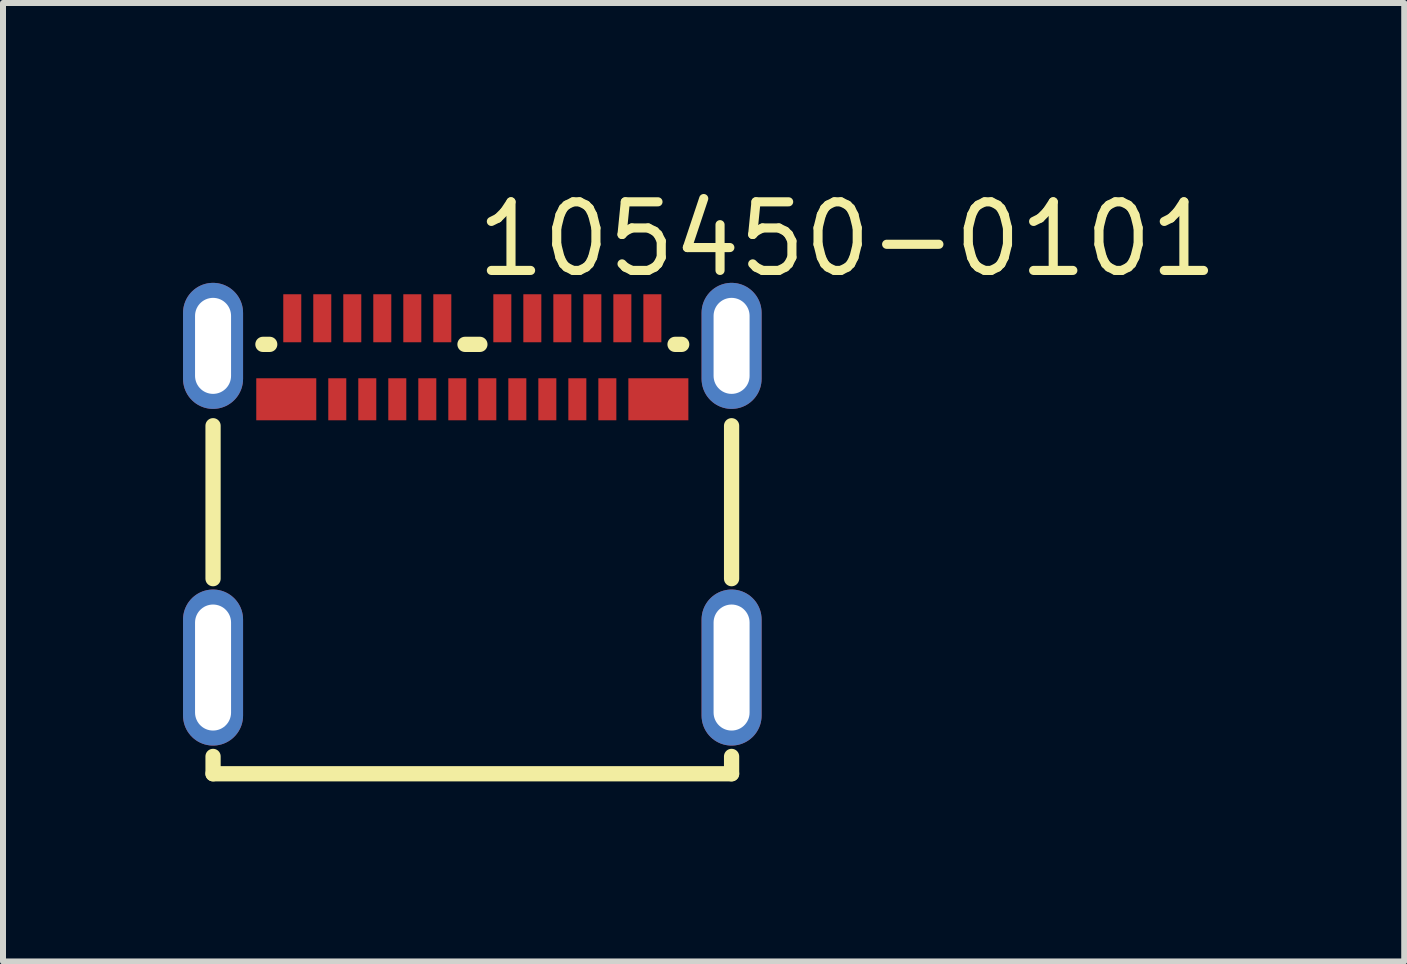
<source format=kicad_pcb>
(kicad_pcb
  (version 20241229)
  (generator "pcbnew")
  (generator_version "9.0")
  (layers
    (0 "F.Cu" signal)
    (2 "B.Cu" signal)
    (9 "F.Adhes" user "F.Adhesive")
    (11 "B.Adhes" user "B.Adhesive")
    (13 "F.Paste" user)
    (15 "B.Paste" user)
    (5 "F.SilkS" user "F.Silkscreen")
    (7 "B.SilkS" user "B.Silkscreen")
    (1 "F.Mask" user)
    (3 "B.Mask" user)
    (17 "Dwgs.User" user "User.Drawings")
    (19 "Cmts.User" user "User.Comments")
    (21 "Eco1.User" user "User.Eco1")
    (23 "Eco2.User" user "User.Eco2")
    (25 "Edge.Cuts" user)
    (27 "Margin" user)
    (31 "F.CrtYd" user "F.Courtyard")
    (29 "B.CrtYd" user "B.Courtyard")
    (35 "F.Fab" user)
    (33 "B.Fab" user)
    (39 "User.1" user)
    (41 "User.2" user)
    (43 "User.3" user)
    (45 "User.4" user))
  (footprint "105450-0101"
    (layer "F.Cu")
    (at 4.82 5.163)
    (property "Reference" "105450-0101" (at 0 -4.228 0) (layer "F.SilkS") (effects (font (size 1.143 1.143) (thickness 0.152)) (justify left)))
    (attr smd)
    (fp_line (start -4.32 1.429) (end -4.32 -1.119) (stroke (width 0.254) (type solid)) (layer "F.SilkS"))
    (fp_line (start -4.32 4.68) (end -4.32 4.391) (stroke (width 0.254) (type solid)) (layer "F.SilkS"))
    (fp_line (start -3.489 -2.475) (end -3.376 -2.475) (stroke (width 0.254) (type solid)) (layer "F.SilkS"))
    (fp_line (start -0.122 -2.475) (end 0.126 -2.475) (stroke (width 0.254) (type solid)) (layer "F.SilkS"))
    (fp_line (start 3.378 -2.475) (end 3.489 -2.475) (stroke (width 0.254) (type solid)) (layer "F.SilkS"))
    (fp_line (start 4.32 -1.119) (end 4.32 1.429) (stroke (width 0.254) (type solid)) (layer "F.SilkS"))
    (fp_line (start 4.32 4.391) (end 4.32 4.68) (stroke (width 0.254) (type solid)) (layer "F.SilkS"))
    (fp_line (start 4.32 4.68) (end -4.32 4.68) (stroke (width 0.254) (type solid)) (layer "F.SilkS"))
    (fp_poly (pts (xy -3.4 -1.91) (xy -2.6 -1.91) (xy -2.6 -1.21) (xy -3.4 -1.21)) (stroke (width 0) (type solid)) (fill yes) (layer "F.Paste"))
    (fp_poly (pts (xy -3.148 -3.21) (xy -2.848 -3.21) (xy -2.848 -2.51) (xy -3.148 -2.51)) (stroke (width 0) (type solid)) (fill yes) (layer "F.Paste"))
    (fp_poly (pts (xy -2.648 -3.21) (xy -2.348 -3.21) (xy -2.348 -2.51) (xy -2.648 -2.51)) (stroke (width 0) (type solid)) (fill yes) (layer "F.Paste"))
    (fp_poly (pts (xy -2.4 -1.91) (xy -2.1 -1.91) (xy -2.1 -1.21) (xy -2.4 -1.21)) (stroke (width 0) (type solid)) (fill yes) (layer "F.Paste"))
    (fp_poly (pts (xy -2.148 -3.21) (xy -1.848 -3.21) (xy -1.848 -2.51) (xy -2.148 -2.51)) (stroke (width 0) (type solid)) (fill yes) (layer "F.Paste"))
    (fp_poly (pts (xy -1.9 -1.91) (xy -1.6 -1.91) (xy -1.6 -1.21) (xy -1.9 -1.21)) (stroke (width 0) (type solid)) (fill yes) (layer "F.Paste"))
    (fp_poly (pts (xy -1.646 -3.21) (xy -1.346 -3.21) (xy -1.346 -2.51) (xy -1.646 -2.51)) (stroke (width 0) (type solid)) (fill yes) (layer "F.Paste"))
    (fp_poly (pts (xy -1.4 -1.91) (xy -1.1 -1.91) (xy -1.1 -1.21) (xy -1.4 -1.21)) (stroke (width 0) (type solid)) (fill yes) (layer "F.Paste"))
    (fp_poly (pts (xy -1.146 -3.21) (xy -0.846 -3.21) (xy -0.846 -2.51) (xy -1.146 -2.51)) (stroke (width 0) (type solid)) (fill yes) (layer "F.Paste"))
    (fp_poly (pts (xy -0.9 -1.91) (xy -0.6 -1.91) (xy -0.6 -1.21) (xy -0.9 -1.21)) (stroke (width 0) (type solid)) (fill yes) (layer "F.Paste"))
    (fp_poly (pts (xy -0.65 -3.21) (xy -0.35 -3.21) (xy -0.35 -2.51) (xy -0.65 -2.51)) (stroke (width 0) (type solid)) (fill yes) (layer "F.Paste"))
    (fp_poly (pts (xy -0.4 -1.91) (xy -0.1 -1.91) (xy -0.1 -1.21) (xy -0.4 -1.21)) (stroke (width 0) (type solid)) (fill yes) (layer "F.Paste"))
    (fp_poly (pts (xy 0.1 -1.91) (xy 0.4 -1.91) (xy 0.4 -1.21) (xy 0.1 -1.21)) (stroke (width 0) (type solid)) (fill yes) (layer "F.Paste"))
    (fp_poly (pts (xy 0.354 -3.21) (xy 0.654 -3.21) (xy 0.654 -2.51) (xy 0.354 -2.51)) (stroke (width 0) (type solid)) (fill yes) (layer "F.Paste"))
    (fp_poly (pts (xy 0.6 -1.91) (xy 0.9 -1.91) (xy 0.9 -1.21) (xy 0.6 -1.21)) (stroke (width 0) (type solid)) (fill yes) (layer "F.Paste"))
    (fp_poly (pts (xy 0.85 -3.21) (xy 1.15 -3.21) (xy 1.15 -2.51) (xy 0.85 -2.51)) (stroke (width 0) (type solid)) (fill yes) (layer "F.Paste"))
    (fp_poly (pts (xy 1.1 -1.91) (xy 1.4 -1.91) (xy 1.4 -1.21) (xy 1.1 -1.21)) (stroke (width 0) (type solid)) (fill yes) (layer "F.Paste"))
    (fp_poly (pts (xy 1.35 -3.21) (xy 1.65 -3.21) (xy 1.65 -2.51) (xy 1.35 -2.51)) (stroke (width 0) (type solid)) (fill yes) (layer "F.Paste"))
    (fp_poly (pts (xy 1.6 -1.91) (xy 1.9 -1.91) (xy 1.9 -1.21) (xy 1.6 -1.21)) (stroke (width 0) (type solid)) (fill yes) (layer "F.Paste"))
    (fp_poly (pts (xy 1.85 -3.21) (xy 2.15 -3.21) (xy 2.15 -2.51) (xy 1.85 -2.51)) (stroke (width 0) (type solid)) (fill yes) (layer "F.Paste"))
    (fp_poly (pts (xy 2.1 -1.91) (xy 2.4 -1.91) (xy 2.4 -1.21) (xy 2.1 -1.21)) (stroke (width 0) (type solid)) (fill yes) (layer "F.Paste"))
    (fp_poly (pts (xy 2.35 -3.21) (xy 2.65 -3.21) (xy 2.65 -2.51) (xy 2.35 -2.51)) (stroke (width 0) (type solid)) (fill yes) (layer "F.Paste"))
    (fp_poly (pts (xy 2.6 -1.91) (xy 3.4 -1.91) (xy 3.4 -1.21) (xy 2.6 -1.21)) (stroke (width 0) (type solid)) (fill yes) (layer "F.Paste"))
    (fp_poly (pts (xy 2.85 -3.21) (xy 3.15 -3.21) (xy 3.15 -2.51) (xy 2.85 -2.51)) (stroke (width 0) (type solid)) (fill yes) (layer "F.Paste"))
    (fp_poly (pts (xy -4.333 -1.4) (xy -4.357 -1.401) (xy -4.382 -1.404) (xy -4.407 -1.408) (xy -4.431 -1.413) (xy -4.455 -1.419) (xy -4.479 -1.426) (xy -4.503 -1.435) (xy -4.526 -1.444) (xy -4.548 -1.455) (xy -4.57 -1.467) (xy -4.591 -1.48) (xy -4.612 -1.494) (xy -4.632 -1.509) (xy -4.651 -1.525) (xy -4.669 -1.542) (xy -4.687 -1.56) (xy -4.703 -1.579) (xy -4.719 -1.598) (xy -4.733 -1.618) (xy -4.747 -1.639) (xy -4.759 -1.661) (xy -4.771 -1.683) (xy -4.781 -1.706) (xy -4.79 -1.729) (xy -4.798 -1.753) (xy -4.805 -1.777) (xy -4.81 -1.801) (xy -4.814 -1.825) (xy -4.818 -1.85) (xy -4.819 -1.875) (xy -4.82 -1.9) (xy -4.82 -3) (xy -4.819 -3.025) (xy -4.818 -3.05) (xy -4.814 -3.075) (xy -4.81 -3.099) (xy -4.805 -3.123) (xy -4.798 -3.147) (xy -4.79 -3.171) (xy -4.781 -3.194) (xy -4.771 -3.217) (xy -4.759 -3.239) (xy -4.747 -3.261) (xy -4.733 -3.282) (xy -4.719 -3.302) (xy -4.703 -3.321) (xy -4.687 -3.34) (xy -4.669 -3.358) (xy -4.651 -3.375) (xy -4.632 -3.391) (xy -4.612 -3.406) (xy -4.591 -3.42) (xy -4.57 -3.433) (xy -4.548 -3.445) (xy -4.526 -3.456) (xy -4.503 -3.465) (xy -4.479 -3.474) (xy -4.455 -3.481) (xy -4.431 -3.487) (xy -4.407 -3.492) (xy -4.382 -3.496) (xy -4.357 -3.499) (xy -4.333 -3.5) (xy -4.308 -3.5) (xy -4.283 -3.499) (xy -4.258 -3.496) (xy -4.233 -3.492) (xy -4.209 -3.487) (xy -4.185 -3.481) (xy -4.161 -3.474) (xy -4.137 -3.465) (xy -4.114 -3.456) (xy -4.092 -3.445) (xy -4.07 -3.433) (xy -4.049 -3.42) (xy -4.028 -3.406) (xy -4.008 -3.391) (xy -3.989 -3.375) (xy -3.971 -3.358) (xy -3.954 -3.34) (xy -3.937 -3.321) (xy -3.921 -3.302) (xy -3.907 -3.282) (xy -3.893 -3.261) (xy -3.881 -3.239) (xy -3.87 -3.217) (xy -3.859 -3.194) (xy -3.85 -3.171) (xy -3.842 -3.147) (xy -3.836 -3.123) (xy -3.83 -3.099) (xy -3.826 -3.075) (xy -3.823 -3.05) (xy -3.821 -3.025) (xy -3.82 -3) (xy -3.82 -1.9) (xy -3.821 -1.875) (xy -3.823 -1.85) (xy -3.826 -1.825) (xy -3.83 -1.801) (xy -3.836 -1.777) (xy -3.842 -1.753) (xy -3.85 -1.729) (xy -3.859 -1.706) (xy -3.87 -1.683) (xy -3.881 -1.661) (xy -3.893 -1.639) (xy -3.907 -1.618) (xy -3.921 -1.598) (xy -3.937 -1.579) (xy -3.954 -1.56) (xy -3.971 -1.542) (xy -3.989 -1.525) (xy -4.008 -1.509) (xy -4.028 -1.494) (xy -4.049 -1.48) (xy -4.07 -1.467) (xy -4.092 -1.455) (xy -4.114 -1.444) (xy -4.137 -1.435) (xy -4.161 -1.426) (xy -4.185 -1.419) (xy -4.209 -1.413) (xy -4.233 -1.408) (xy -4.258 -1.404) (xy -4.283 -1.401) (xy -4.308 -1.4)) (stroke (width 0) (type solid)) (fill yes) (layer "F.Paste"))
    (fp_poly (pts (xy -4.333 4.21) (xy -4.357 4.209) (xy -4.382 4.206) (xy -4.407 4.202) (xy -4.431 4.197) (xy -4.455 4.191) (xy -4.479 4.184) (xy -4.503 4.175) (xy -4.526 4.166) (xy -4.548 4.155) (xy -4.57 4.143) (xy -4.591 4.13) (xy -4.612 4.116) (xy -4.632 4.101) (xy -4.651 4.085) (xy -4.669 4.068) (xy -4.687 4.05) (xy -4.703 4.031) (xy -4.719 4.012) (xy -4.733 3.992) (xy -4.747 3.971) (xy -4.759 3.949) (xy -4.771 3.927) (xy -4.781 3.904) (xy -4.79 3.881) (xy -4.798 3.857) (xy -4.805 3.833) (xy -4.81 3.809) (xy -4.814 3.784) (xy -4.818 3.76) (xy -4.819 3.735) (xy -4.82 3.71) (xy -4.82 2.11) (xy -4.819 2.085) (xy -4.818 2.06) (xy -4.814 2.035) (xy -4.81 2.011) (xy -4.805 1.987) (xy -4.798 1.963) (xy -4.79 1.939) (xy -4.781 1.916) (xy -4.771 1.893) (xy -4.759 1.871) (xy -4.747 1.849) (xy -4.733 1.828) (xy -4.719 1.808) (xy -4.703 1.789) (xy -4.687 1.77) (xy -4.669 1.752) (xy -4.651 1.735) (xy -4.632 1.719) (xy -4.612 1.704) (xy -4.591 1.69) (xy -4.57 1.677) (xy -4.548 1.665) (xy -4.526 1.654) (xy -4.503 1.644) (xy -4.479 1.636) (xy -4.455 1.629) (xy -4.431 1.622) (xy -4.407 1.618) (xy -4.382 1.614) (xy -4.357 1.611) (xy -4.333 1.61) (xy -4.308 1.61) (xy -4.283 1.611) (xy -4.258 1.614) (xy -4.233 1.618) (xy -4.209 1.622) (xy -4.185 1.629) (xy -4.161 1.636) (xy -4.137 1.644) (xy -4.114 1.654) (xy -4.092 1.665) (xy -4.07 1.677) (xy -4.049 1.69) (xy -4.028 1.704) (xy -4.008 1.719) (xy -3.989 1.735) (xy -3.971 1.752) (xy -3.954 1.77) (xy -3.937 1.789) (xy -3.921 1.808) (xy -3.907 1.828) (xy -3.893 1.849) (xy -3.881 1.871) (xy -3.87 1.893) (xy -3.859 1.916) (xy -3.85 1.939) (xy -3.842 1.963) (xy -3.836 1.987) (xy -3.83 2.011) (xy -3.826 2.035) (xy -3.823 2.06) (xy -3.821 2.085) (xy -3.82 2.11) (xy -3.82 3.71) (xy -3.821 3.735) (xy -3.823 3.76) (xy -3.826 3.784) (xy -3.83 3.809) (xy -3.836 3.833) (xy -3.842 3.857) (xy -3.85 3.881) (xy -3.859 3.904) (xy -3.87 3.927) (xy -3.881 3.949) (xy -3.893 3.971) (xy -3.907 3.992) (xy -3.921 4.012) (xy -3.937 4.031) (xy -3.954 4.05) (xy -3.971 4.068) (xy -3.989 4.085) (xy -4.008 4.101) (xy -4.028 4.116) (xy -4.049 4.13) (xy -4.07 4.143) (xy -4.092 4.155) (xy -4.114 4.166) (xy -4.137 4.175) (xy -4.161 4.184) (xy -4.185 4.191) (xy -4.209 4.197) (xy -4.233 4.202) (xy -4.258 4.206) (xy -4.283 4.209) (xy -4.308 4.21)) (stroke (width 0) (type solid)) (fill yes) (layer "F.Paste"))
    (fp_poly (pts (xy 4.308 -1.4) (xy 4.283 -1.401) (xy 4.258 -1.404) (xy 4.233 -1.408) (xy 4.209 -1.413) (xy 4.185 -1.419) (xy 4.161 -1.426) (xy 4.137 -1.435) (xy 4.114 -1.444) (xy 4.092 -1.455) (xy 4.07 -1.467) (xy 4.049 -1.48) (xy 4.028 -1.494) (xy 4.008 -1.509) (xy 3.989 -1.525) (xy 3.971 -1.542) (xy 3.954 -1.56) (xy 3.937 -1.579) (xy 3.921 -1.598) (xy 3.907 -1.618) (xy 3.893 -1.639) (xy 3.881 -1.661) (xy 3.87 -1.683) (xy 3.859 -1.706) (xy 3.85 -1.729) (xy 3.842 -1.753) (xy 3.836 -1.777) (xy 3.83 -1.801) (xy 3.826 -1.825) (xy 3.823 -1.85) (xy 3.821 -1.875) (xy 3.82 -1.9) (xy 3.82 -3) (xy 3.821 -3.025) (xy 3.823 -3.05) (xy 3.826 -3.075) (xy 3.83 -3.099) (xy 3.836 -3.123) (xy 3.842 -3.147) (xy 3.85 -3.171) (xy 3.859 -3.194) (xy 3.87 -3.217) (xy 3.881 -3.239) (xy 3.893 -3.261) (xy 3.907 -3.282) (xy 3.921 -3.302) (xy 3.937 -3.321) (xy 3.954 -3.34) (xy 3.971 -3.358) (xy 3.989 -3.375) (xy 4.008 -3.391) (xy 4.028 -3.406) (xy 4.049 -3.42) (xy 4.07 -3.433) (xy 4.092 -3.445) (xy 4.114 -3.456) (xy 4.137 -3.465) (xy 4.161 -3.474) (xy 4.185 -3.481) (xy 4.209 -3.487) (xy 4.233 -3.492) (xy 4.258 -3.496) (xy 4.283 -3.499) (xy 4.308 -3.5) (xy 4.333 -3.5) (xy 4.357 -3.499) (xy 4.382 -3.496) (xy 4.407 -3.492) (xy 4.431 -3.487) (xy 4.455 -3.481) (xy 4.479 -3.474) (xy 4.503 -3.465) (xy 4.526 -3.456) (xy 4.548 -3.445) (xy 4.57 -3.433) (xy 4.591 -3.42) (xy 4.612 -3.406) (xy 4.632 -3.391) (xy 4.651 -3.375) (xy 4.669 -3.358) (xy 4.687 -3.34) (xy 4.703 -3.321) (xy 4.719 -3.302) (xy 4.733 -3.282) (xy 4.747 -3.261) (xy 4.759 -3.239) (xy 4.771 -3.217) (xy 4.781 -3.194) (xy 4.79 -3.171) (xy 4.798 -3.147) (xy 4.805 -3.123) (xy 4.81 -3.099) (xy 4.814 -3.075) (xy 4.818 -3.05) (xy 4.819 -3.025) (xy 4.82 -3) (xy 4.82 -1.9) (xy 4.819 -1.875) (xy 4.818 -1.85) (xy 4.814 -1.825) (xy 4.81 -1.801) (xy 4.805 -1.777) (xy 4.798 -1.753) (xy 4.79 -1.729) (xy 4.781 -1.706) (xy 4.771 -1.683) (xy 4.759 -1.661) (xy 4.747 -1.639) (xy 4.733 -1.618) (xy 4.719 -1.598) (xy 4.703 -1.579) (xy 4.687 -1.56) (xy 4.669 -1.542) (xy 4.651 -1.525) (xy 4.632 -1.509) (xy 4.612 -1.494) (xy 4.591 -1.48) (xy 4.57 -1.467) (xy 4.548 -1.455) (xy 4.526 -1.444) (xy 4.503 -1.435) (xy 4.479 -1.426) (xy 4.455 -1.419) (xy 4.431 -1.413) (xy 4.407 -1.408) (xy 4.382 -1.404) (xy 4.357 -1.401) (xy 4.333 -1.4)) (stroke (width 0) (type solid)) (fill yes) (layer "F.Paste"))
    (fp_poly (pts (xy 4.308 4.21) (xy 4.283 4.209) (xy 4.258 4.206) (xy 4.233 4.202) (xy 4.209 4.197) (xy 4.185 4.191) (xy 4.161 4.184) (xy 4.137 4.175) (xy 4.114 4.166) (xy 4.092 4.155) (xy 4.07 4.143) (xy 4.049 4.13) (xy 4.028 4.116) (xy 4.008 4.101) (xy 3.989 4.085) (xy 3.971 4.068) (xy 3.954 4.05) (xy 3.937 4.031) (xy 3.921 4.012) (xy 3.907 3.992) (xy 3.893 3.971) (xy 3.881 3.949) (xy 3.87 3.927) (xy 3.859 3.904) (xy 3.85 3.881) (xy 3.842 3.857) (xy 3.836 3.833) (xy 3.83 3.809) (xy 3.826 3.784) (xy 3.823 3.76) (xy 3.821 3.735) (xy 3.82 3.71) (xy 3.82 2.11) (xy 3.821 2.085) (xy 3.823 2.06) (xy 3.826 2.035) (xy 3.83 2.011) (xy 3.836 1.987) (xy 3.842 1.963) (xy 3.85 1.939) (xy 3.859 1.916) (xy 3.87 1.893) (xy 3.881 1.871) (xy 3.893 1.849) (xy 3.907 1.828) (xy 3.921 1.808) (xy 3.937 1.789) (xy 3.954 1.77) (xy 3.971 1.752) (xy 3.989 1.735) (xy 4.008 1.719) (xy 4.028 1.704) (xy 4.049 1.69) (xy 4.07 1.677) (xy 4.092 1.665) (xy 4.114 1.654) (xy 4.137 1.644) (xy 4.161 1.636) (xy 4.185 1.629) (xy 4.209 1.622) (xy 4.233 1.618) (xy 4.258 1.614) (xy 4.283 1.611) (xy 4.308 1.61) (xy 4.333 1.61) (xy 4.357 1.611) (xy 4.382 1.614) (xy 4.407 1.618) (xy 4.431 1.622) (xy 4.455 1.629) (xy 4.479 1.636) (xy 4.503 1.644) (xy 4.526 1.654) (xy 4.548 1.665) (xy 4.57 1.677) (xy 4.591 1.69) (xy 4.612 1.704) (xy 4.632 1.719) (xy 4.651 1.735) (xy 4.669 1.752) (xy 4.687 1.77) (xy 4.703 1.789) (xy 4.719 1.808) (xy 4.733 1.828) (xy 4.747 1.849) (xy 4.759 1.871) (xy 4.771 1.893) (xy 4.781 1.916) (xy 4.79 1.939) (xy 4.798 1.963) (xy 4.805 1.987) (xy 4.81 2.011) (xy 4.814 2.035) (xy 4.818 2.06) (xy 4.819 2.085) (xy 4.82 2.11) (xy 4.82 3.71) (xy 4.819 3.735) (xy 4.818 3.76) (xy 4.814 3.784) (xy 4.81 3.809) (xy 4.805 3.833) (xy 4.798 3.857) (xy 4.79 3.881) (xy 4.781 3.904) (xy 4.771 3.927) (xy 4.759 3.949) (xy 4.747 3.971) (xy 4.733 3.992) (xy 4.719 4.012) (xy 4.703 4.031) (xy 4.687 4.05) (xy 4.669 4.068) (xy 4.651 4.085) (xy 4.632 4.101) (xy 4.612 4.116) (xy 4.591 4.13) (xy 4.57 4.143) (xy 4.548 4.155) (xy 4.526 4.166) (xy 4.503 4.175) (xy 4.479 4.184) (xy 4.455 4.191) (xy 4.431 4.197) (xy 4.407 4.202) (xy 4.382 4.206) (xy 4.357 4.209) (xy 4.333 4.21)) (stroke (width 0) (type solid)) (fill yes) (layer "F.Paste"))
    (pad "A1" smd rect (at -3 -2.91) (size 0.3 0.8) (layers "F.Cu" "F.Mask" "F.Paste"))
    (pad "A2" smd rect (at -2.5 -2.91) (size 0.3 0.8) (layers "F.Cu" "F.Mask" "F.Paste"))
    (pad "A3" smd rect (at -2 -2.91) (size 0.3 0.8) (layers "F.Cu" "F.Mask" "F.Paste"))
    (pad "A4" smd rect (at -1.5 -2.91) (size 0.3 0.8) (layers "F.Cu" "F.Mask" "F.Paste"))
    (pad "A5" smd rect (at -1 -2.91) (size 0.3 0.8) (layers "F.Cu" "F.Mask" "F.Paste"))
    (pad "A6" smd rect (at -0.5 -2.91) (size 0.3 0.8) (layers "F.Cu" "F.Mask" "F.Paste"))
    (pad "A7" smd rect (at 0.5 -2.91) (size 0.3 0.8) (layers "F.Cu" "F.Mask" "F.Paste"))
    (pad "A8" smd rect (at 1 -2.91) (size 0.3 0.8) (layers "F.Cu" "F.Mask" "F.Paste"))
    (pad "A9" smd rect (at 1.5 -2.91) (size 0.3 0.8) (layers "F.Cu" "F.Mask" "F.Paste"))
    (pad "A10" smd rect (at 2 -2.91) (size 0.3 0.8) (layers "F.Cu" "F.Mask" "F.Paste"))
    (pad "A11" smd rect (at 2.5 -2.91) (size 0.3 0.8) (layers "F.Cu" "F.Mask" "F.Paste"))
    (pad "A12" smd rect (at 3 -2.91) (size 0.3 0.8) (layers "F.Cu" "F.Mask" "F.Paste"))
    (pad "B1" smd rect (at 3.1 -1.56) (size 1 0.7) (layers "F.Cu" "F.Mask" "F.Paste"))
    (pad "B2" smd rect (at 2.25 -1.56) (size 0.3 0.7) (layers "F.Cu" "F.Mask" "F.Paste"))
    (pad "B3" smd rect (at 1.75 -1.56) (size 0.3 0.7) (layers "F.Cu" "F.Mask" "F.Paste"))
    (pad "B4" smd rect (at 1.25 -1.56) (size 0.3 0.7) (layers "F.Cu" "F.Mask" "F.Paste"))
    (pad "B5" smd rect (at 0.75 -1.56) (size 0.3 0.7) (layers "F.Cu" "F.Mask" "F.Paste"))
    (pad "B6" smd rect (at 0.25 -1.56) (size 0.3 0.7) (layers "F.Cu" "F.Mask" "F.Paste"))
    (pad "B7" smd rect (at -0.25 -1.56) (size 0.3 0.7) (layers "F.Cu" "F.Mask" "F.Paste"))
    (pad "B8" smd rect (at -0.75 -1.56) (size 0.3 0.7) (layers "F.Cu" "F.Mask" "F.Paste"))
    (pad "B9" smd rect (at -1.25 -1.56) (size 0.3 0.7) (layers "F.Cu" "F.Mask" "F.Paste"))
    (pad "B10" smd rect (at -1.75 -1.56) (size 0.3 0.7) (layers "F.Cu" "F.Mask" "F.Paste"))
    (pad "B11" smd rect (at -2.25 -1.56) (size 0.3 0.7) (layers "F.Cu" "F.Mask" "F.Paste"))
    (pad "B12" smd rect (at -3.1 -1.56) (size 1 0.7) (layers "F.Cu" "F.Mask" "F.Paste"))
    (pad "S1" thru_hole oval (at -4.32 2.91) (size 1 2.6) (drill oval 0.6 2.1) (layers "*.Cu" "*.Paste" "*.Mask"))
    (pad "S2" thru_hole oval (at -4.32 -2.45) (size 1 2.1) (drill oval 0.6 1.6) (layers "*.Cu" "*.Paste" "*.Mask"))
    (pad "S3" thru_hole oval (at 4.32 2.91) (size 1 2.6) (drill oval 0.6 2.1) (layers "*.Cu" "*.Paste" "*.Mask"))
    (pad "S4" thru_hole oval (at 4.32 -2.45) (size 1 2.1) (drill oval 0.6 1.6) (layers "*.Cu" "*.Paste" "*.Mask")))
  (gr_rect
    (start -3 -3)
    (end 20.348 12.97)
    (stroke (width 0.1) (type default))
    (fill no)
    (layer "Edge.Cuts")))
</source>
